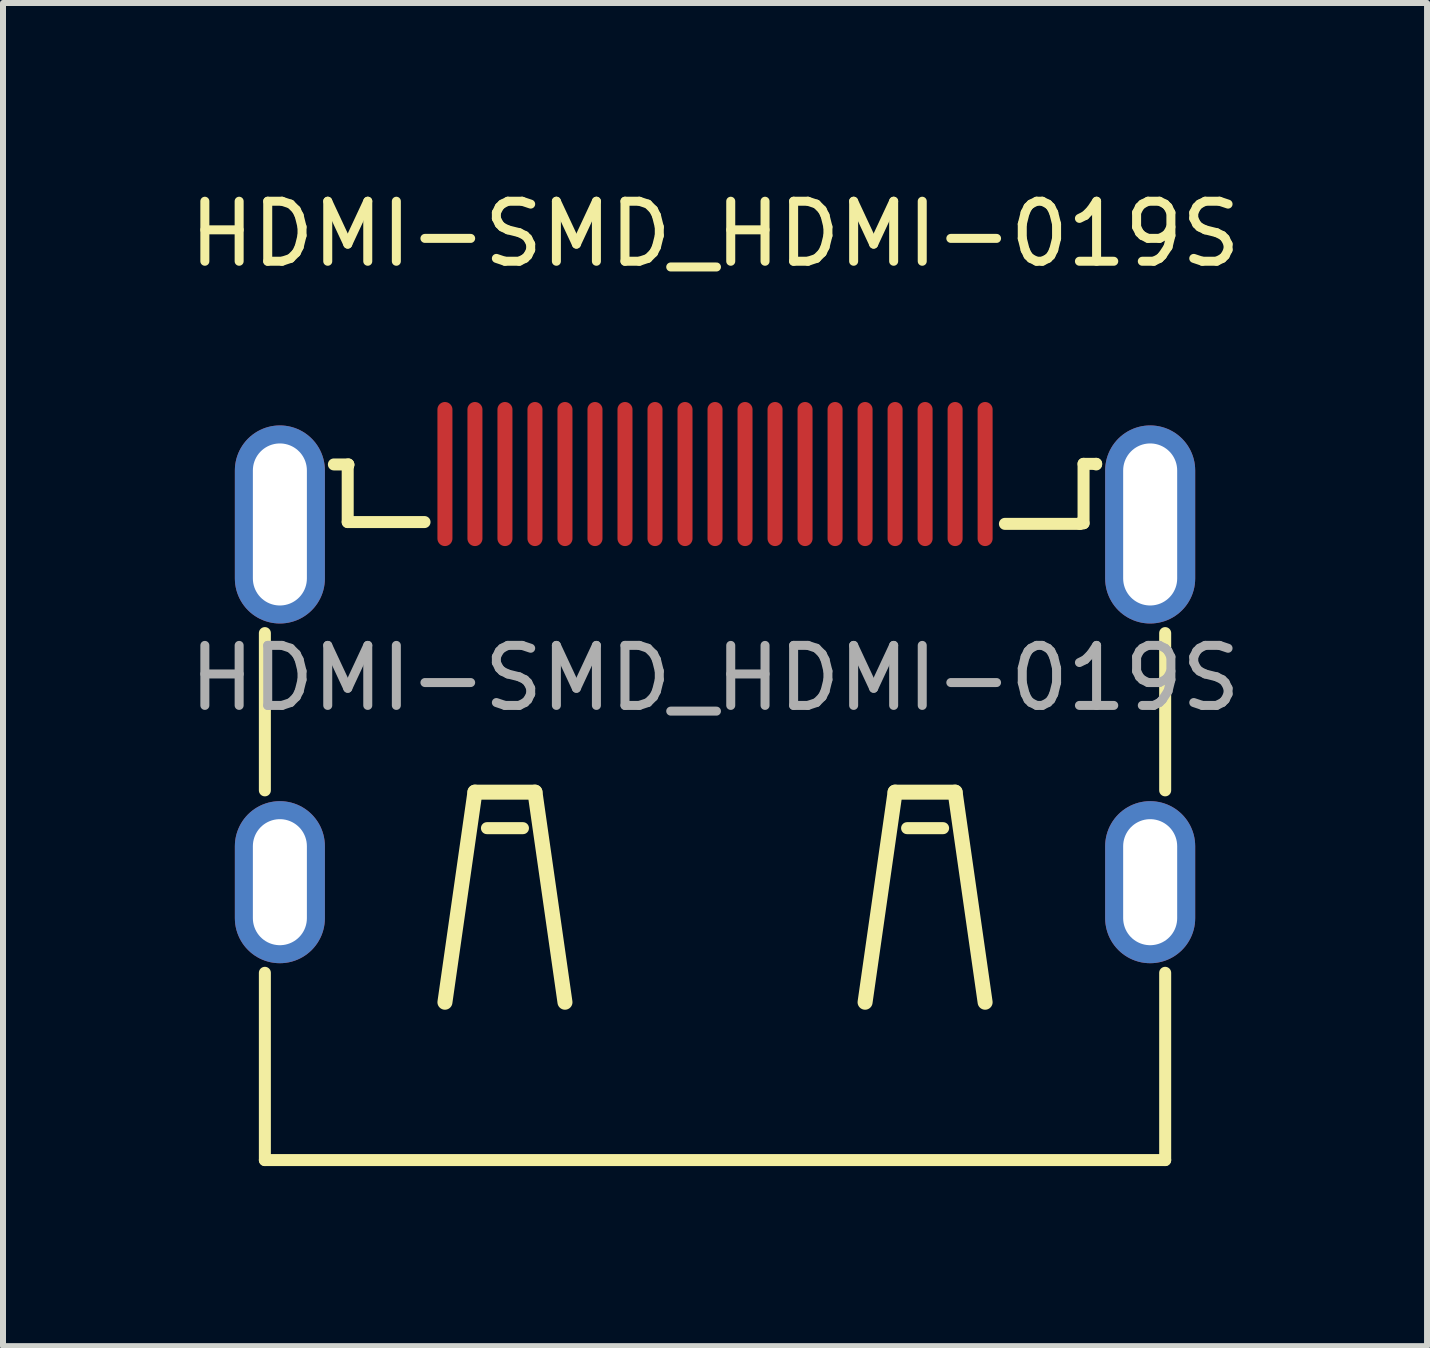
<source format=kicad_pcb>
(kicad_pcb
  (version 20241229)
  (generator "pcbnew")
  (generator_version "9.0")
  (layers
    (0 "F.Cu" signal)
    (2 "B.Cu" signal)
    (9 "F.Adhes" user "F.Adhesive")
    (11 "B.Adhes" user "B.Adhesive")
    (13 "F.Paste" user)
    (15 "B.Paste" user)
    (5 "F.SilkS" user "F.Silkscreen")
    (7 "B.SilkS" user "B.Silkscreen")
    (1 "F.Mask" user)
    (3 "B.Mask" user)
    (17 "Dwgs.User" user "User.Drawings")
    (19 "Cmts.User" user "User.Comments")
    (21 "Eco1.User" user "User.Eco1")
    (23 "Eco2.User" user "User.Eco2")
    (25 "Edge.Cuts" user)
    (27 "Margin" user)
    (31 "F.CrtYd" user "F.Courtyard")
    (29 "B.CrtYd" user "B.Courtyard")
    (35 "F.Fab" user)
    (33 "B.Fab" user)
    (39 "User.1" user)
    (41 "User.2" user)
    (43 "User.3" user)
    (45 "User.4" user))
  (footprint "HDMI-SMD_HDMI-019S"
    (layer "F.Cu")
    (at 8.863 8.248)
    (property "Reference" "HDMI-SMD_HDMI-019S" (at 0 -7.4 0) (layer "F.SilkS") (effects (font (size 1 1) (thickness 0.15))))
    (attr smd)
    (fp_line (start -7.5 1.87) (end -7.5 -0.75) (stroke (width 0.2) (type solid)) (layer "F.SilkS"))
    (fp_line (start -7.5 8.03) (end -7.5 4.91) (stroke (width 0.2) (type solid)) (layer "F.SilkS"))
    (fp_line (start -7.5 8.03) (end 7.5 8.03) (stroke (width 0.2) (type solid)) (layer "F.SilkS"))
    (fp_line (start -6.35 -3.56) (end -6.11 -3.56) (stroke (width 0.2) (type solid)) (layer "F.SilkS"))
    (fp_line (start -6.12 -3.55) (end -6.12 -2.6) (stroke (width 0.2) (type solid)) (layer "F.SilkS"))
    (fp_line (start -6.12 -2.6) (end -4.84 -2.6) (stroke (width 0.2) (type solid)) (layer "F.SilkS"))
    (fp_line (start -6.11 -3.56) (end -6.11 -3.55) (stroke (width 0.2) (type solid)) (layer "F.SilkS"))
    (fp_line (start -6.11 -3.55) (end -6.12 -3.55) (stroke (width 0.2) (type solid)) (layer "F.SilkS"))
    (fp_line (start -4 1.9) (end -4.5 5.4) (stroke (width 0.25) (type solid)) (layer "F.SilkS"))
    (fp_line (start -3.2 2.5) (end -3.8 2.5) (stroke (width 0.2) (type solid)) (layer "F.SilkS"))
    (fp_line (start -3 1.9) (end -4 1.9) (stroke (width 0.25) (type solid)) (layer "F.SilkS"))
    (fp_line (start -2.5 5.4) (end -3 1.9) (stroke (width 0.25) (type solid)) (layer "F.SilkS"))
    (fp_line (start 2.5 5.4) (end 3 1.9) (stroke (width 0.25) (type solid)) (layer "F.SilkS"))
    (fp_line (start 3 1.9) (end 4 1.9) (stroke (width 0.25) (type solid)) (layer "F.SilkS"))
    (fp_line (start 3.2 2.5) (end 3.8 2.5) (stroke (width 0.2) (type solid)) (layer "F.SilkS"))
    (fp_line (start 4 1.9) (end 4.5 5.4) (stroke (width 0.25) (type solid)) (layer "F.SilkS"))
    (fp_line (start 4.83 -2.57) (end 6.08 -2.57) (stroke (width 0.2) (type solid)) (layer "F.SilkS"))
    (fp_line (start 6.08 -2.58) (end 6.14 -2.58) (stroke (width 0.2) (type solid)) (layer "F.SilkS"))
    (fp_line (start 6.08 -2.57) (end 6.08 -2.58) (stroke (width 0.2) (type solid)) (layer "F.SilkS"))
    (fp_line (start 6.14 -3.57) (end 6.35 -3.57) (stroke (width 0.2) (type solid)) (layer "F.SilkS"))
    (fp_line (start 6.14 -2.58) (end 6.14 -3.57) (stroke (width 0.2) (type solid)) (layer "F.SilkS"))
    (fp_line (start 6.35 -3.57) (end 6.35 -3.56) (stroke (width 0.2) (type solid)) (layer "F.SilkS"))
    (fp_line (start 7.5 1.87) (end 7.5 -0.75) (stroke (width 0.2) (type solid)) (layer "F.SilkS"))
    (fp_line (start 7.5 8.03) (end 7.5 4.91) (stroke (width 0.2) (type solid)) (layer "F.SilkS"))
    (fp_circle (center 7.5 -3.6) (end 7.53 -3.6) (stroke (width 0.06) (type solid)) (fill no) (layer "F.Fab"))
    (fp_text user "${REFERENCE}" (at 0 0 0) (layer "F.Fab") (effects (font (size 1 1) (thickness 0.15))))
    (pad "1" smd oval (at 4.5 -3.4) (size 0.25 2.4) (layers "F.Cu" "F.Mask" "F.Paste"))
    (pad "2" smd oval (at 4 -3.4) (size 0.25 2.4) (layers "F.Cu" "F.Mask" "F.Paste"))
    (pad "3" smd oval (at 3.5 -3.4) (size 0.25 2.4) (layers "F.Cu" "F.Mask" "F.Paste"))
    (pad "4" smd oval (at 3 -3.4) (size 0.25 2.4) (layers "F.Cu" "F.Mask" "F.Paste"))
    (pad "5" smd oval (at 2.5 -3.4) (size 0.25 2.4) (layers "F.Cu" "F.Mask" "F.Paste"))
    (pad "6" smd oval (at 2 -3.4) (size 0.25 2.4) (layers "F.Cu" "F.Mask" "F.Paste"))
    (pad "7" smd oval (at 1.5 -3.4) (size 0.25 2.4) (layers "F.Cu" "F.Mask" "F.Paste"))
    (pad "8" smd oval (at 1 -3.4) (size 0.25 2.4) (layers "F.Cu" "F.Mask" "F.Paste"))
    (pad "9" smd oval (at 0.5 -3.4) (size 0.25 2.4) (layers "F.Cu" "F.Mask" "F.Paste"))
    (pad "10" smd oval (at 0 -3.4) (size 0.25 2.4) (layers "F.Cu" "F.Mask" "F.Paste"))
    (pad "11" smd oval (at -0.5 -3.4) (size 0.25 2.4) (layers "F.Cu" "F.Mask" "F.Paste"))
    (pad "12" smd oval (at -1 -3.4) (size 0.25 2.4) (layers "F.Cu" "F.Mask" "F.Paste"))
    (pad "13" smd oval (at -1.5 -3.4) (size 0.25 2.4) (layers "F.Cu" "F.Mask" "F.Paste"))
    (pad "14" smd oval (at -2 -3.4) (size 0.25 2.4) (layers "F.Cu" "F.Mask" "F.Paste"))
    (pad "15" smd oval (at -2.5 -3.4) (size 0.25 2.4) (layers "F.Cu" "F.Mask" "F.Paste"))
    (pad "16" smd oval (at -3 -3.4) (size 0.25 2.4) (layers "F.Cu" "F.Mask" "F.Paste"))
    (pad "17" smd oval (at -3.5 -3.4) (size 0.25 2.4) (layers "F.Cu" "F.Mask" "F.Paste"))
    (pad "18" smd oval (at -4 -3.4) (size 0.25 2.4) (layers "F.Cu" "F.Mask" "F.Paste"))
    (pad "19" smd oval (at -4.5 -3.4) (size 0.25 2.4) (layers "F.Cu" "F.Mask" "F.Paste"))
    (pad "20" thru_hole oval (at -7.25 -2.56) (size 1.5 3.3) (drill oval 0.9 2.7) (layers "*.Cu" "*.Mask"))
    (pad "20" thru_hole oval (at -7.25 3.4) (size 1.5 2.7) (drill oval 0.9 2.1) (layers "*.Cu" "*.Mask"))
    (pad "20" thru_hole oval (at 7.25 -2.56) (size 1.5 3.3) (drill oval 0.9 2.7) (layers "*.Cu" "*.Mask"))
    (pad "20" thru_hole oval (at 7.25 3.4) (size 1.5 2.7) (drill oval 0.9 2.1) (layers "*.Cu" "*.Mask")))
  (gr_rect
    (start -3 -3)
    (end 20.726 19.378)
    (stroke (width 0.1) (type default))
    (fill no)
    (layer "Edge.Cuts")))
</source>
